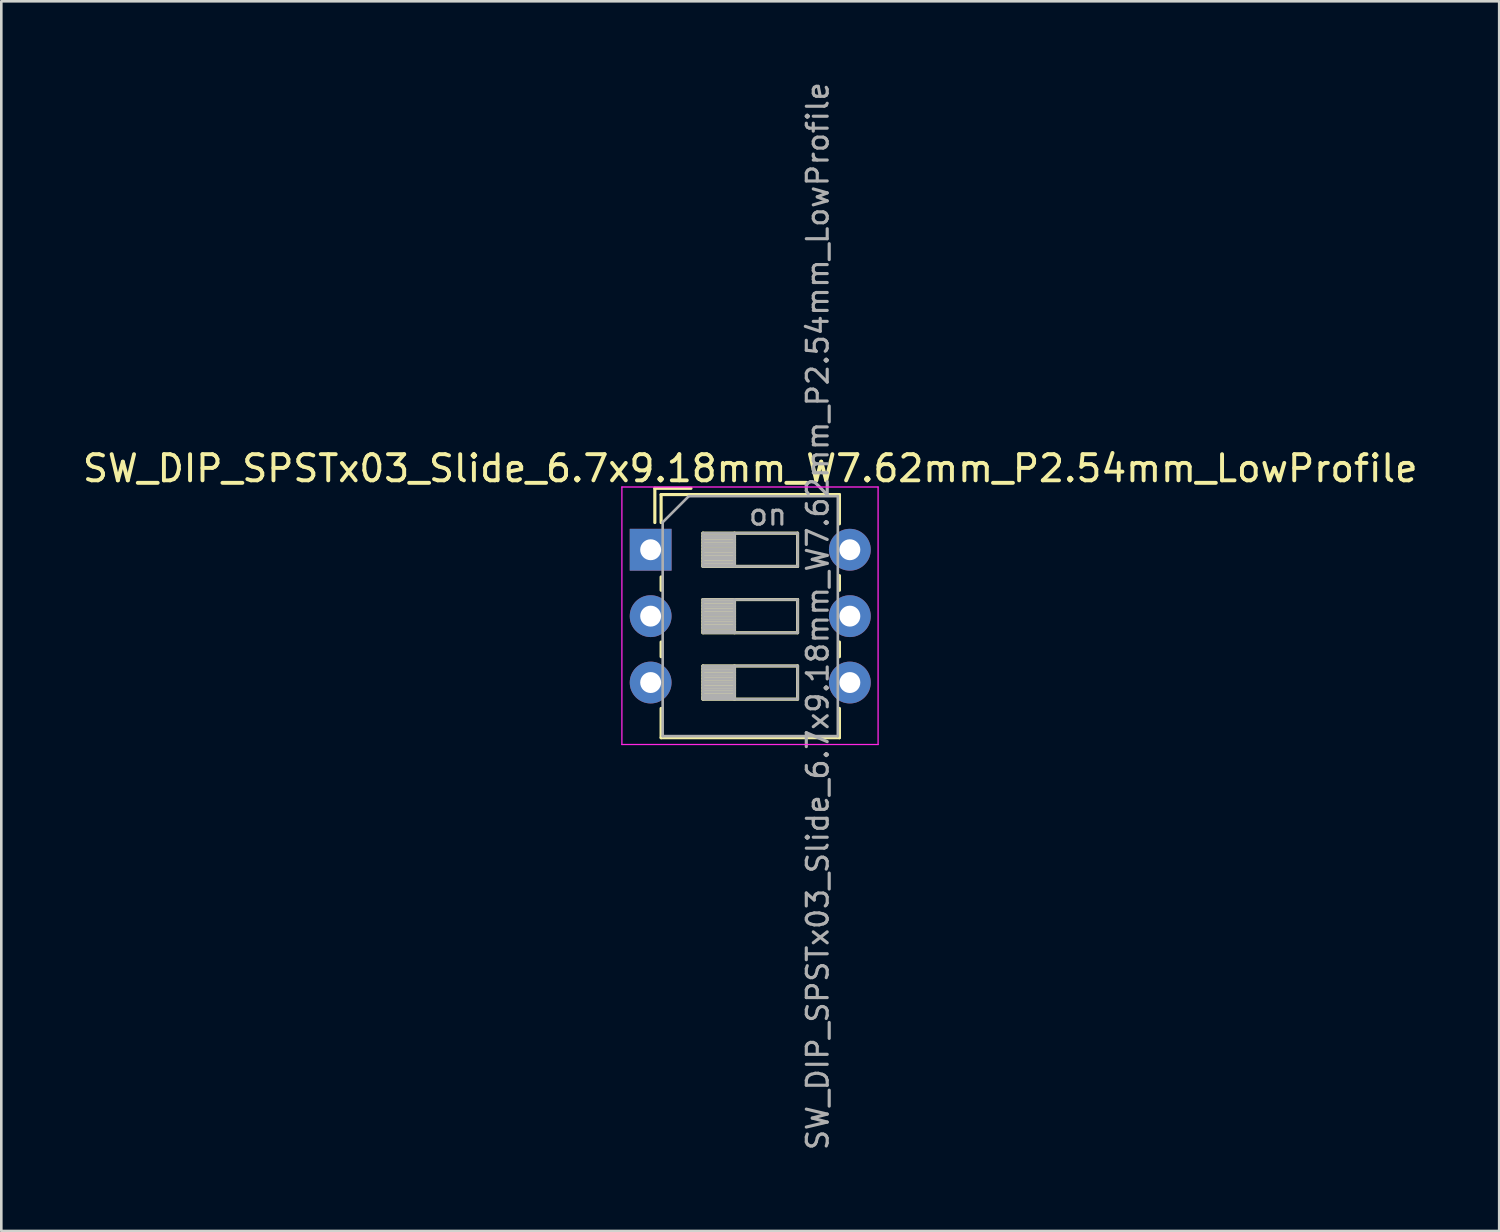
<source format=kicad_pcb>
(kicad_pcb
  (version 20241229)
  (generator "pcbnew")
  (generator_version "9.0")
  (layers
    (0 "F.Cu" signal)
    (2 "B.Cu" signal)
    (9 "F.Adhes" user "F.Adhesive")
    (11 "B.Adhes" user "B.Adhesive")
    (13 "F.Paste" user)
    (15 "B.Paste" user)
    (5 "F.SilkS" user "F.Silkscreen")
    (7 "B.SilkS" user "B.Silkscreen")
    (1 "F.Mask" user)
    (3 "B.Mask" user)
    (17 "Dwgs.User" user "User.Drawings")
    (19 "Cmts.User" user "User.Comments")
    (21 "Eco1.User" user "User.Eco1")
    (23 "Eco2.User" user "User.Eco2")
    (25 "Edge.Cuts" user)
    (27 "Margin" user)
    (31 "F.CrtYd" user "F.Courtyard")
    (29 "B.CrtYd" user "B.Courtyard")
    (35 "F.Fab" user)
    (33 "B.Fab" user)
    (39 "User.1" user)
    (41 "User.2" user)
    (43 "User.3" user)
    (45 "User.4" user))
  (footprint "SW_DIP_SPSTx03_Slide_6.7x9.18mm_W7.62mm_P2.54mm_LowProfile"
    (layer "F.Cu")
    (at 21.839 17.979)
    (property "Reference" "SW_DIP_SPSTx03_Slide_6.7x9.18mm_W7.62mm_P2.54mm_LowProfile" (at 3.81 -3.11 180) (layer "F.SilkS") (effects (font (size 1 1) (thickness 0.15))))
    (attr through_hole)
    (fp_line (start 0.16 -2.35) (end 0.16 -1.04) (stroke (width 0.12) (type solid)) (layer "F.SilkS"))
    (fp_line (start 0.16 -2.35) (end 1.543 -2.35) (stroke (width 0.12) (type solid)) (layer "F.SilkS"))
    (fp_line (start 0.4 -2.11) (end 0.4 -1.04) (stroke (width 0.12) (type solid)) (layer "F.SilkS"))
    (fp_line (start 0.4 -2.11) (end 7.221 -2.11) (stroke (width 0.12) (type solid)) (layer "F.SilkS"))
    (fp_line (start 0.4 1.04) (end 0.4 1.551) (stroke (width 0.12) (type solid)) (layer "F.SilkS"))
    (fp_line (start 0.4 3.53) (end 0.4 4.091) (stroke (width 0.12) (type solid)) (layer "F.SilkS"))
    (fp_line (start 0.4 6.07) (end 0.4 7.19) (stroke (width 0.12) (type solid)) (layer "F.SilkS"))
    (fp_line (start 0.4 7.19) (end 7.221 7.19) (stroke (width 0.12) (type solid)) (layer "F.SilkS"))
    (fp_line (start 2 -0.635) (end 2 0.635) (stroke (width 0.12) (type solid)) (layer "F.SilkS"))
    (fp_line (start 2 -0.515) (end 3.207 -0.515) (stroke (width 0.12) (type solid)) (layer "F.SilkS"))
    (fp_line (start 2 -0.395) (end 3.207 -0.395) (stroke (width 0.12) (type solid)) (layer "F.SilkS"))
    (fp_line (start 2 -0.275) (end 3.207 -0.275) (stroke (width 0.12) (type solid)) (layer "F.SilkS"))
    (fp_line (start 2 -0.155) (end 3.207 -0.155) (stroke (width 0.12) (type solid)) (layer "F.SilkS"))
    (fp_line (start 2 -0.035) (end 3.207 -0.035) (stroke (width 0.12) (type solid)) (layer "F.SilkS"))
    (fp_line (start 2 0.085) (end 3.207 0.085) (stroke (width 0.12) (type solid)) (layer "F.SilkS"))
    (fp_line (start 2 0.205) (end 3.207 0.205) (stroke (width 0.12) (type solid)) (layer "F.SilkS"))
    (fp_line (start 2 0.325) (end 3.207 0.325) (stroke (width 0.12) (type solid)) (layer "F.SilkS"))
    (fp_line (start 2 0.445) (end 3.207 0.445) (stroke (width 0.12) (type solid)) (layer "F.SilkS"))
    (fp_line (start 2 0.565) (end 3.207 0.565) (stroke (width 0.12) (type solid)) (layer "F.SilkS"))
    (fp_line (start 2 0.635) (end 5.62 0.635) (stroke (width 0.12) (type solid)) (layer "F.SilkS"))
    (fp_line (start 2 1.905) (end 2 3.175) (stroke (width 0.12) (type solid)) (layer "F.SilkS"))
    (fp_line (start 2 2.025) (end 3.207 2.025) (stroke (width 0.12) (type solid)) (layer "F.SilkS"))
    (fp_line (start 2 2.145) (end 3.207 2.145) (stroke (width 0.12) (type solid)) (layer "F.SilkS"))
    (fp_line (start 2 2.265) (end 3.207 2.265) (stroke (width 0.12) (type solid)) (layer "F.SilkS"))
    (fp_line (start 2 2.385) (end 3.207 2.385) (stroke (width 0.12) (type solid)) (layer "F.SilkS"))
    (fp_line (start 2 2.505) (end 3.207 2.505) (stroke (width 0.12) (type solid)) (layer "F.SilkS"))
    (fp_line (start 2 2.625) (end 3.207 2.625) (stroke (width 0.12) (type solid)) (layer "F.SilkS"))
    (fp_line (start 2 2.745) (end 3.207 2.745) (stroke (width 0.12) (type solid)) (layer "F.SilkS"))
    (fp_line (start 2 2.865) (end 3.207 2.865) (stroke (width 0.12) (type solid)) (layer "F.SilkS"))
    (fp_line (start 2 2.985) (end 3.207 2.985) (stroke (width 0.12) (type solid)) (layer "F.SilkS"))
    (fp_line (start 2 3.105) (end 3.207 3.105) (stroke (width 0.12) (type solid)) (layer "F.SilkS"))
    (fp_line (start 2 3.175) (end 5.62 3.175) (stroke (width 0.12) (type solid)) (layer "F.SilkS"))
    (fp_line (start 2 4.445) (end 2 5.715) (stroke (width 0.12) (type solid)) (layer "F.SilkS"))
    (fp_line (start 2 4.565) (end 3.207 4.565) (stroke (width 0.12) (type solid)) (layer "F.SilkS"))
    (fp_line (start 2 4.685) (end 3.207 4.685) (stroke (width 0.12) (type solid)) (layer "F.SilkS"))
    (fp_line (start 2 4.805) (end 3.207 4.805) (stroke (width 0.12) (type solid)) (layer "F.SilkS"))
    (fp_line (start 2 4.925) (end 3.207 4.925) (stroke (width 0.12) (type solid)) (layer "F.SilkS"))
    (fp_line (start 2 5.045) (end 3.207 5.045) (stroke (width 0.12) (type solid)) (layer "F.SilkS"))
    (fp_line (start 2 5.165) (end 3.207 5.165) (stroke (width 0.12) (type solid)) (layer "F.SilkS"))
    (fp_line (start 2 5.285) (end 3.207 5.285) (stroke (width 0.12) (type solid)) (layer "F.SilkS"))
    (fp_line (start 2 5.405) (end 3.207 5.405) (stroke (width 0.12) (type solid)) (layer "F.SilkS"))
    (fp_line (start 2 5.525) (end 3.207 5.525) (stroke (width 0.12) (type solid)) (layer "F.SilkS"))
    (fp_line (start 2 5.645) (end 3.207 5.645) (stroke (width 0.12) (type solid)) (layer "F.SilkS"))
    (fp_line (start 2 5.715) (end 5.62 5.715) (stroke (width 0.12) (type solid)) (layer "F.SilkS"))
    (fp_line (start 3.207 -0.635) (end 3.207 0.635) (stroke (width 0.12) (type solid)) (layer "F.SilkS"))
    (fp_line (start 3.207 1.905) (end 3.207 3.175) (stroke (width 0.12) (type solid)) (layer "F.SilkS"))
    (fp_line (start 3.207 4.445) (end 3.207 5.715) (stroke (width 0.12) (type solid)) (layer "F.SilkS"))
    (fp_line (start 5.62 -0.635) (end 2 -0.635) (stroke (width 0.12) (type solid)) (layer "F.SilkS"))
    (fp_line (start 5.62 0.635) (end 5.62 -0.635) (stroke (width 0.12) (type solid)) (layer "F.SilkS"))
    (fp_line (start 5.62 1.905) (end 2 1.905) (stroke (width 0.12) (type solid)) (layer "F.SilkS"))
    (fp_line (start 5.62 3.175) (end 5.62 1.905) (stroke (width 0.12) (type solid)) (layer "F.SilkS"))
    (fp_line (start 5.62 4.445) (end 2 4.445) (stroke (width 0.12) (type solid)) (layer "F.SilkS"))
    (fp_line (start 5.62 5.715) (end 5.62 4.445) (stroke (width 0.12) (type solid)) (layer "F.SilkS"))
    (fp_line (start 7.221 -2.11) (end 7.221 -0.99) (stroke (width 0.12) (type solid)) (layer "F.SilkS"))
    (fp_line (start 7.221 0.99) (end 7.221 1.551) (stroke (width 0.12) (type solid)) (layer "F.SilkS"))
    (fp_line (start 7.221 3.53) (end 7.221 4.091) (stroke (width 0.12) (type solid)) (layer "F.SilkS"))
    (fp_line (start 7.221 6.07) (end 7.221 7.19) (stroke (width 0.12) (type solid)) (layer "F.SilkS"))
    (fp_line (start -1.1 -2.4) (end -1.1 7.45) (stroke (width 0.05) (type solid)) (layer "F.CrtYd"))
    (fp_line (start -1.1 7.45) (end 8.7 7.45) (stroke (width 0.05) (type solid)) (layer "F.CrtYd"))
    (fp_line (start 8.7 -2.4) (end -1.1 -2.4) (stroke (width 0.05) (type solid)) (layer "F.CrtYd"))
    (fp_line (start 8.7 7.45) (end 8.7 -2.4) (stroke (width 0.05) (type solid)) (layer "F.CrtYd"))
    (fp_line (start 0.46 -1.05) (end 1.46 -2.05) (stroke (width 0.1) (type solid)) (layer "F.Fab"))
    (fp_line (start 0.46 7.13) (end 0.46 -1.05) (stroke (width 0.1) (type solid)) (layer "F.Fab"))
    (fp_line (start 1.46 -2.05) (end 7.16 -2.05) (stroke (width 0.1) (type solid)) (layer "F.Fab"))
    (fp_line (start 2 -0.635) (end 2 0.635) (stroke (width 0.1) (type solid)) (layer "F.Fab"))
    (fp_line (start 2 -0.535) (end 3.207 -0.535) (stroke (width 0.1) (type solid)) (layer "F.Fab"))
    (fp_line (start 2 -0.435) (end 3.207 -0.435) (stroke (width 0.1) (type solid)) (layer "F.Fab"))
    (fp_line (start 2 -0.335) (end 3.207 -0.335) (stroke (width 0.1) (type solid)) (layer "F.Fab"))
    (fp_line (start 2 -0.235) (end 3.207 -0.235) (stroke (width 0.1) (type solid)) (layer "F.Fab"))
    (fp_line (start 2 -0.135) (end 3.207 -0.135) (stroke (width 0.1) (type solid)) (layer "F.Fab"))
    (fp_line (start 2 -0.035) (end 3.207 -0.035) (stroke (width 0.1) (type solid)) (layer "F.Fab"))
    (fp_line (start 2 0.065) (end 3.207 0.065) (stroke (width 0.1) (type solid)) (layer "F.Fab"))
    (fp_line (start 2 0.165) (end 3.207 0.165) (stroke (width 0.1) (type solid)) (layer "F.Fab"))
    (fp_line (start 2 0.265) (end 3.207 0.265) (stroke (width 0.1) (type solid)) (layer "F.Fab"))
    (fp_line (start 2 0.365) (end 3.207 0.365) (stroke (width 0.1) (type solid)) (layer "F.Fab"))
    (fp_line (start 2 0.465) (end 3.207 0.465) (stroke (width 0.1) (type solid)) (layer "F.Fab"))
    (fp_line (start 2 0.565) (end 3.207 0.565) (stroke (width 0.1) (type solid)) (layer "F.Fab"))
    (fp_line (start 2 0.635) (end 5.62 0.635) (stroke (width 0.1) (type solid)) (layer "F.Fab"))
    (fp_line (start 2 1.905) (end 2 3.175) (stroke (width 0.1) (type solid)) (layer "F.Fab"))
    (fp_line (start 2 2.005) (end 3.207 2.005) (stroke (width 0.1) (type solid)) (layer "F.Fab"))
    (fp_line (start 2 2.105) (end 3.207 2.105) (stroke (width 0.1) (type solid)) (layer "F.Fab"))
    (fp_line (start 2 2.205) (end 3.207 2.205) (stroke (width 0.1) (type solid)) (layer "F.Fab"))
    (fp_line (start 2 2.305) (end 3.207 2.305) (stroke (width 0.1) (type solid)) (layer "F.Fab"))
    (fp_line (start 2 2.405) (end 3.207 2.405) (stroke (width 0.1) (type solid)) (layer "F.Fab"))
    (fp_line (start 2 2.505) (end 3.207 2.505) (stroke (width 0.1) (type solid)) (layer "F.Fab"))
    (fp_line (start 2 2.605) (end 3.207 2.605) (stroke (width 0.1) (type solid)) (layer "F.Fab"))
    (fp_line (start 2 2.705) (end 3.207 2.705) (stroke (width 0.1) (type solid)) (layer "F.Fab"))
    (fp_line (start 2 2.805) (end 3.207 2.805) (stroke (width 0.1) (type solid)) (layer "F.Fab"))
    (fp_line (start 2 2.905) (end 3.207 2.905) (stroke (width 0.1) (type solid)) (layer "F.Fab"))
    (fp_line (start 2 3.005) (end 3.207 3.005) (stroke (width 0.1) (type solid)) (layer "F.Fab"))
    (fp_line (start 2 3.105) (end 3.207 3.105) (stroke (width 0.1) (type solid)) (layer "F.Fab"))
    (fp_line (start 2 3.175) (end 5.62 3.175) (stroke (width 0.1) (type solid)) (layer "F.Fab"))
    (fp_line (start 2 4.445) (end 2 5.715) (stroke (width 0.1) (type solid)) (layer "F.Fab"))
    (fp_line (start 2 4.545) (end 3.207 4.545) (stroke (width 0.1) (type solid)) (layer "F.Fab"))
    (fp_line (start 2 4.645) (end 3.207 4.645) (stroke (width 0.1) (type solid)) (layer "F.Fab"))
    (fp_line (start 2 4.745) (end 3.207 4.745) (stroke (width 0.1) (type solid)) (layer "F.Fab"))
    (fp_line (start 2 4.845) (end 3.207 4.845) (stroke (width 0.1) (type solid)) (layer "F.Fab"))
    (fp_line (start 2 4.945) (end 3.207 4.945) (stroke (width 0.1) (type solid)) (layer "F.Fab"))
    (fp_line (start 2 5.045) (end 3.207 5.045) (stroke (width 0.1) (type solid)) (layer "F.Fab"))
    (fp_line (start 2 5.145) (end 3.207 5.145) (stroke (width 0.1) (type solid)) (layer "F.Fab"))
    (fp_line (start 2 5.245) (end 3.207 5.245) (stroke (width 0.1) (type solid)) (layer "F.Fab"))
    (fp_line (start 2 5.345) (end 3.207 5.345) (stroke (width 0.1) (type solid)) (layer "F.Fab"))
    (fp_line (start 2 5.445) (end 3.207 5.445) (stroke (width 0.1) (type solid)) (layer "F.Fab"))
    (fp_line (start 2 5.545) (end 3.207 5.545) (stroke (width 0.1) (type solid)) (layer "F.Fab"))
    (fp_line (start 2 5.645) (end 3.207 5.645) (stroke (width 0.1) (type solid)) (layer "F.Fab"))
    (fp_line (start 2 5.715) (end 5.62 5.715) (stroke (width 0.1) (type solid)) (layer "F.Fab"))
    (fp_line (start 3.207 -0.635) (end 3.207 0.635) (stroke (width 0.1) (type solid)) (layer "F.Fab"))
    (fp_line (start 3.207 1.905) (end 3.207 3.175) (stroke (width 0.1) (type solid)) (layer "F.Fab"))
    (fp_line (start 3.207 4.445) (end 3.207 5.715) (stroke (width 0.1) (type solid)) (layer "F.Fab"))
    (fp_line (start 5.62 -0.635) (end 2 -0.635) (stroke (width 0.1) (type solid)) (layer "F.Fab"))
    (fp_line (start 5.62 0.635) (end 5.62 -0.635) (stroke (width 0.1) (type solid)) (layer "F.Fab"))
    (fp_line (start 5.62 1.905) (end 2 1.905) (stroke (width 0.1) (type solid)) (layer "F.Fab"))
    (fp_line (start 5.62 3.175) (end 5.62 1.905) (stroke (width 0.1) (type solid)) (layer "F.Fab"))
    (fp_line (start 5.62 4.445) (end 2 4.445) (stroke (width 0.1) (type solid)) (layer "F.Fab"))
    (fp_line (start 5.62 5.715) (end 5.62 4.445) (stroke (width 0.1) (type solid)) (layer "F.Fab"))
    (fp_line (start 7.16 -2.05) (end 7.16 7.13) (stroke (width 0.1) (type solid)) (layer "F.Fab"))
    (fp_line (start 7.16 7.13) (end 0.46 7.13) (stroke (width 0.1) (type solid)) (layer "F.Fab"))
    (fp_text user "on" (at 4.485 -1.343 180) (layer "F.Fab") (effects (font (size 0.8 0.8) (thickness 0.12))))
    (fp_text user "${REFERENCE}" (at 6.39 2.54 270) (layer "F.Fab") (effects (font (size 0.8 0.8) (thickness 0.12))))
    (pad "1" thru_hole rect (at 0 0) (size 1.6 1.6) (drill 0.8) (layers "*.Cu" "*.Mask"))
    (pad "2" thru_hole oval (at 0 2.54) (size 1.6 1.6) (drill 0.8) (layers "*.Cu" "*.Mask"))
    (pad "3" thru_hole oval (at 0 5.08) (size 1.6 1.6) (drill 0.8) (layers "*.Cu" "*.Mask"))
    (pad "4" thru_hole oval (at 7.62 5.08) (size 1.6 1.6) (drill 0.8) (layers "*.Cu" "*.Mask"))
    (pad "5" thru_hole oval (at 7.62 2.54) (size 1.6 1.6) (drill 0.8) (layers "*.Cu" "*.Mask"))
    (pad "6" thru_hole oval (at 7.62 0) (size 1.6 1.6) (drill 0.8) (layers "*.Cu" "*.Mask")))
  (gr_rect
    (start -3 -3)
    (end 54.298 44.038)
    (stroke (width 0.1) (type default))
    (fill no)
    (layer "Edge.Cuts")))
</source>
